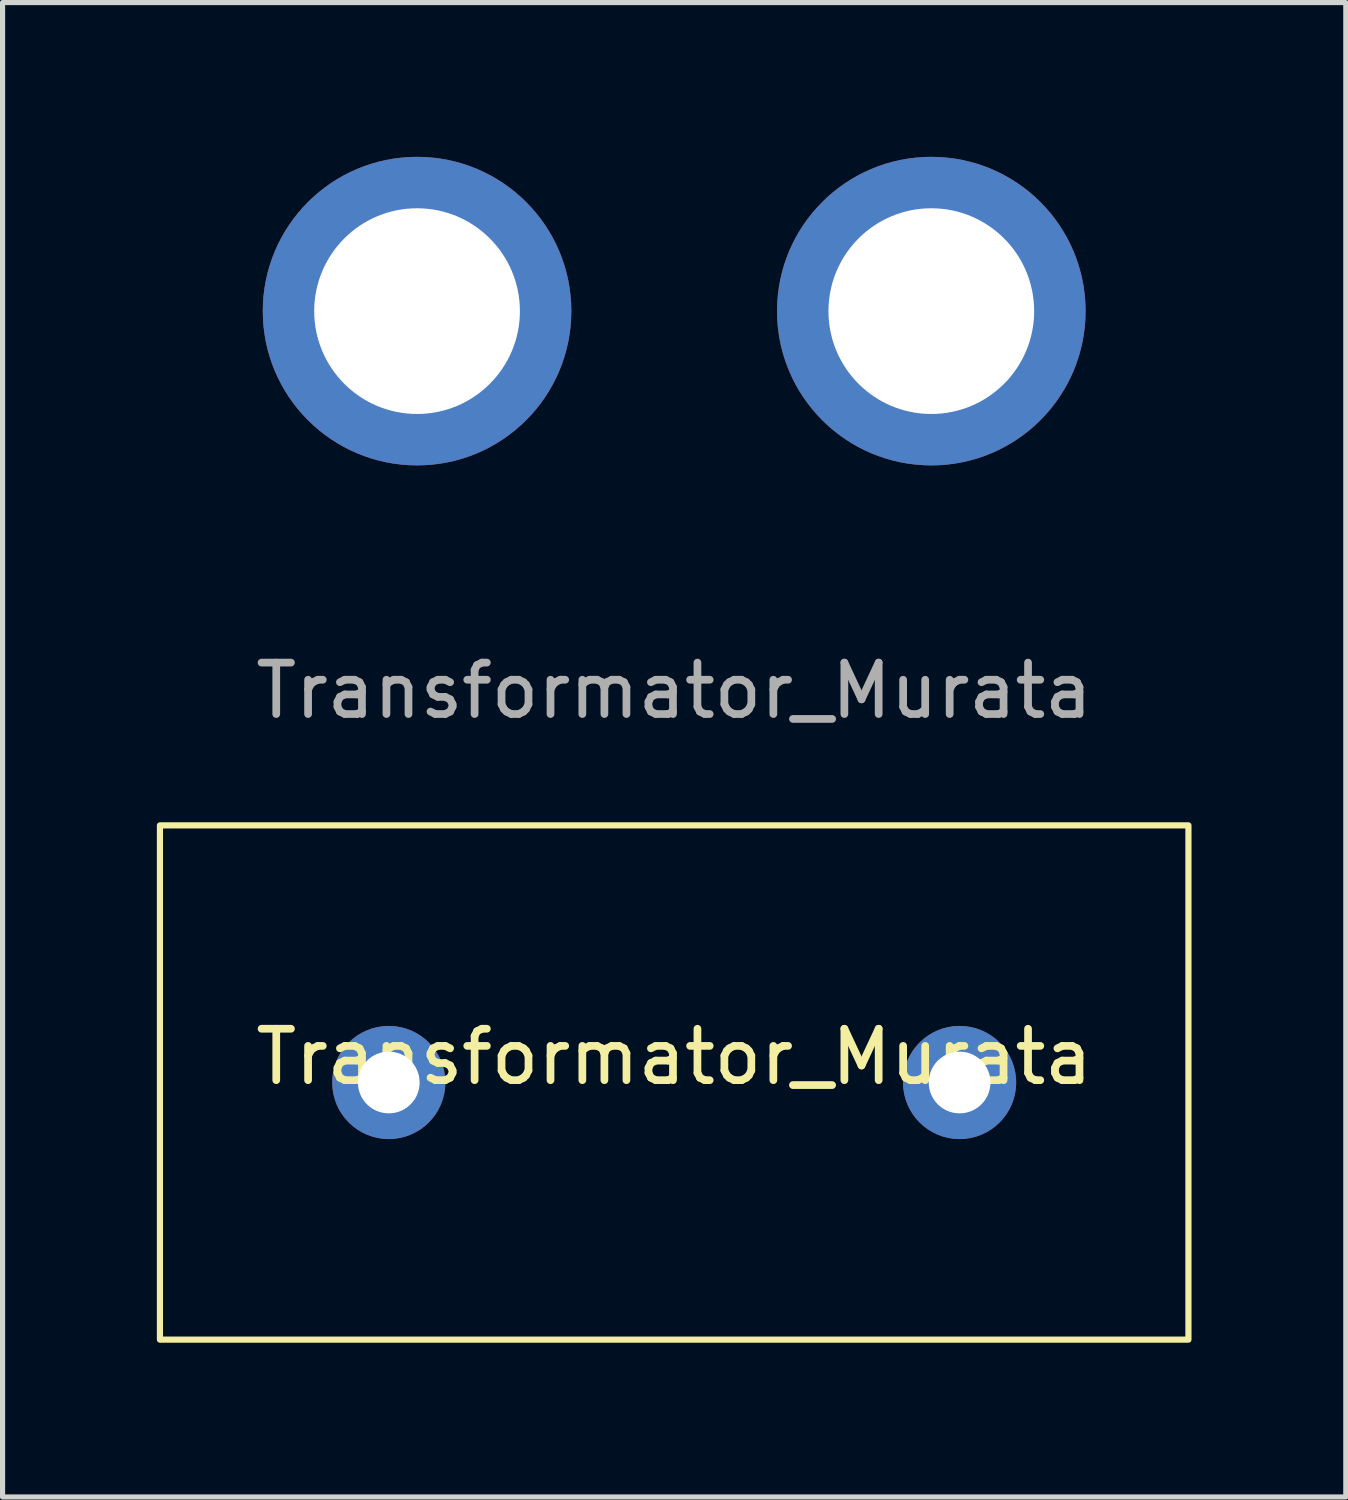
<source format=kicad_pcb>
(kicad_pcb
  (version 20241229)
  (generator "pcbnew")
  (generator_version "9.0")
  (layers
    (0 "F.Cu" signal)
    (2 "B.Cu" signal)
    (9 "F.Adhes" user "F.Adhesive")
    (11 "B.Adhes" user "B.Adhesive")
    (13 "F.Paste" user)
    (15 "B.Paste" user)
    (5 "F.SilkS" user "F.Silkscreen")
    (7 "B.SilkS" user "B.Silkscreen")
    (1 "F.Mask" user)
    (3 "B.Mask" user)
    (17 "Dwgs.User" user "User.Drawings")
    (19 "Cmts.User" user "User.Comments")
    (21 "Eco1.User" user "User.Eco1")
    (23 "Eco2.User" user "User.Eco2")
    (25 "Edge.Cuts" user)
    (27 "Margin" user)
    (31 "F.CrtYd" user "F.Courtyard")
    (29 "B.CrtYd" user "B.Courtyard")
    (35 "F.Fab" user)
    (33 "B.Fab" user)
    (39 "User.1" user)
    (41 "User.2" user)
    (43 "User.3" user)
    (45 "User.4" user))
  (footprint "Transformator_Murata"
    (layer "F.Cu")
    (at 10.06 18)
    (property "Reference" "Transformator_Murata" (at 0 -0.5 0) (unlocked yes) (layer "F.SilkS") (effects (font (size 1 1) (thickness 0.15))))
    (attr through_hole)
    (fp_rect (start -10 5) (end 10 -5) (stroke (width 0.12) (type solid)) (fill no) (layer "F.SilkS"))
    (fp_text user "${REFERENCE}" (at 0 -7.62 0) (unlocked yes) (layer "F.Fab") (effects (font (size 1 1) (thickness 0.15))))
    (pad "1" thru_hole circle (at -5.55 0) (size 2.2 2.2) (drill 1.2) (layers "*.Cu" "*.Mask"))
    (pad "2" thru_hole circle (at 5.55 0) (size 2.2 2.2) (drill 1.2) (layers "*.Cu" "*.Mask"))
    (pad "3" thru_hole circle (at 5 -15) (size 6 6) (drill 4) (layers "*.Cu" "*.Mask"))
    (pad "4" thru_hole circle (at -5 -15) (size 6 6) (drill 4) (layers "*.Cu" "*.Mask")))
  (gr_rect
    (start -3 -3)
    (end 23.12 26.06)
    (stroke (width 0.1) (type default))
    (fill no)
    (layer "Edge.Cuts")))
</source>
